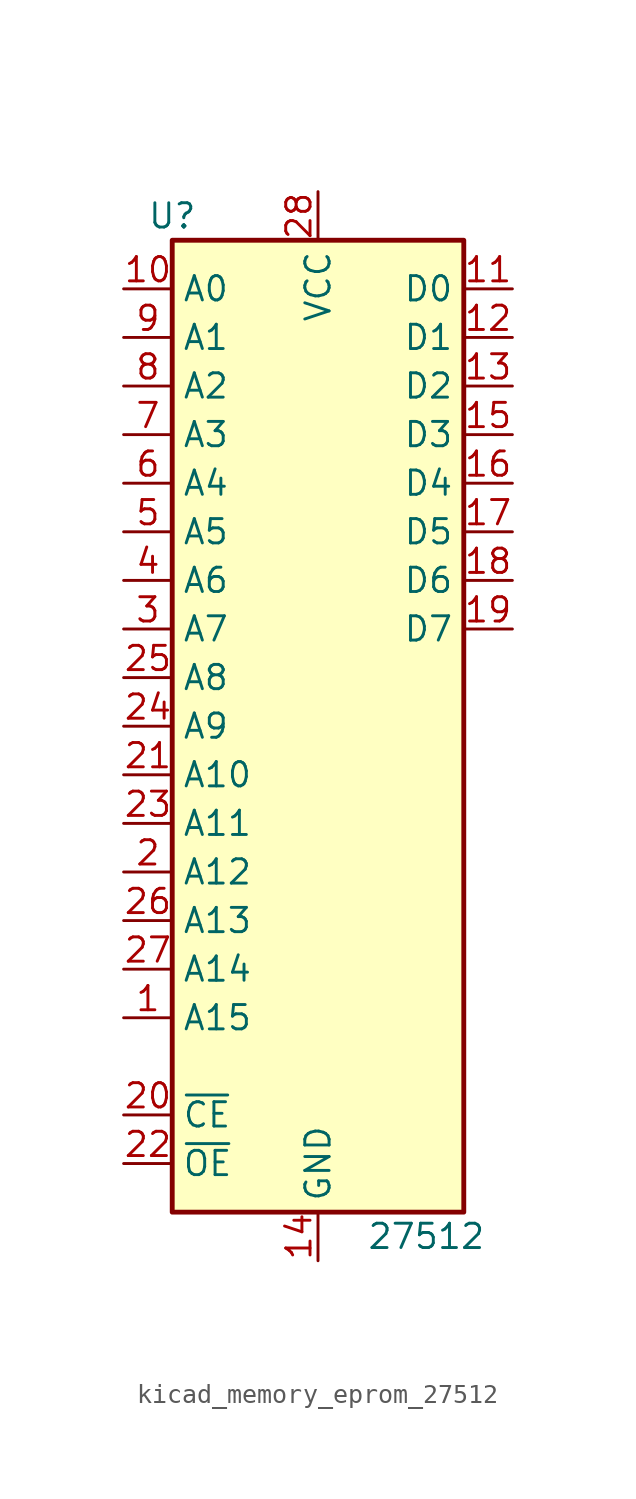
<source format=kicad_sym>
(kicad_symbol_lib
  (version 20220914)
  (generator kicad_symbol_editor)
  (symbol "kicad_memory_eprom_27512"
    (property "Reference" "U"
      (at -7.62 26.67 0)
      (effects (font (size 1.27 1.27))))
    (property "Value" "27512"
      (at 2.54 -26.67 0)
      (effects (font (size 1.27 1.27)) (justify left)))
    (symbol "kicad_memory_eprom_27512_1_1"
      (rectangle (start -7.62 25.4) (end 7.62 -25.4) (stroke (width 0.254) (type default)) (fill (type background)))
      (pin input line (at -10.16 -15.24 0) (length 2.54) (name "A15" (effects (font (size 1.27 1.27)))) (number "1" (effects (font (size 1.27 1.27)))))
      (pin input line (at -10.16 22.86 0) (length 2.54) (name "A0" (effects (font (size 1.27 1.27)))) (number "10" (effects (font (size 1.27 1.27)))))
      (pin tri_state line (at 10.16 22.86 180) (length 2.54) (name "D0" (effects (font (size 1.27 1.27)))) (number "11" (effects (font (size 1.27 1.27)))))
      (pin tri_state line (at 10.16 20.32 180) (length 2.54) (name "D1" (effects (font (size 1.27 1.27)))) (number "12" (effects (font (size 1.27 1.27)))))
      (pin tri_state line (at 10.16 17.78 180) (length 2.54) (name "D2" (effects (font (size 1.27 1.27)))) (number "13" (effects (font (size 1.27 1.27)))))
      (pin power_in line (at 0 -27.94 90) (length 2.54) (name "GND" (effects (font (size 1.27 1.27)))) (number "14" (effects (font (size 1.27 1.27)))))
      (pin tri_state line (at 10.16 15.24 180) (length 2.54) (name "D3" (effects (font (size 1.27 1.27)))) (number "15" (effects (font (size 1.27 1.27)))))
      (pin tri_state line (at 10.16 12.7 180) (length 2.54) (name "D4" (effects (font (size 1.27 1.27)))) (number "16" (effects (font (size 1.27 1.27)))))
      (pin tri_state line (at 10.16 10.16 180) (length 2.54) (name "D5" (effects (font (size 1.27 1.27)))) (number "17" (effects (font (size 1.27 1.27)))))
      (pin tri_state line (at 10.16 7.62 180) (length 2.54) (name "D6" (effects (font (size 1.27 1.27)))) (number "18" (effects (font (size 1.27 1.27)))))
      (pin tri_state line (at 10.16 5.08 180) (length 2.54) (name "D7" (effects (font (size 1.27 1.27)))) (number "19" (effects (font (size 1.27 1.27)))))
      (pin input line (at -10.16 -7.62 0) (length 2.54) (name "A12" (effects (font (size 1.27 1.27)))) (number "2" (effects (font (size 1.27 1.27)))))
      (pin input line (at -10.16 -20.32 0) (length 2.54) (name "~{CE}" (effects (font (size 1.27 1.27)))) (number "20" (effects (font (size 1.27 1.27)))))
      (pin input line (at -10.16 -2.54 0) (length 2.54) (name "A10" (effects (font (size 1.27 1.27)))) (number "21" (effects (font (size 1.27 1.27)))))
      (pin input line (at -10.16 -22.86 0) (length 2.54) (name "~{OE}" (effects (font (size 1.27 1.27)))) (number "22" (effects (font (size 1.27 1.27)))))
      (pin input line (at -10.16 -5.08 0) (length 2.54) (name "A11" (effects (font (size 1.27 1.27)))) (number "23" (effects (font (size 1.27 1.27)))))
      (pin input line (at -10.16 0 0) (length 2.54) (name "A9" (effects (font (size 1.27 1.27)))) (number "24" (effects (font (size 1.27 1.27)))))
      (pin input line (at -10.16 2.54 0) (length 2.54) (name "A8" (effects (font (size 1.27 1.27)))) (number "25" (effects (font (size 1.27 1.27)))))
      (pin input line (at -10.16 -10.16 0) (length 2.54) (name "A13" (effects (font (size 1.27 1.27)))) (number "26" (effects (font (size 1.27 1.27)))))
      (pin input line (at -10.16 -12.7 0) (length 2.54) (name "A14" (effects (font (size 1.27 1.27)))) (number "27" (effects (font (size 1.27 1.27)))))
      (pin power_in line (at 0 27.94 270) (length 2.54) (name "VCC" (effects (font (size 1.27 1.27)))) (number "28" (effects (font (size 1.27 1.27)))))
      (pin input line (at -10.16 5.08 0) (length 2.54) (name "A7" (effects (font (size 1.27 1.27)))) (number "3" (effects (font (size 1.27 1.27)))))
      (pin input line (at -10.16 7.62 0) (length 2.54) (name "A6" (effects (font (size 1.27 1.27)))) (number "4" (effects (font (size 1.27 1.27)))))
      (pin input line (at -10.16 10.16 0) (length 2.54) (name "A5" (effects (font (size 1.27 1.27)))) (number "5" (effects (font (size 1.27 1.27)))))
      (pin input line (at -10.16 12.7 0) (length 2.54) (name "A4" (effects (font (size 1.27 1.27)))) (number "6" (effects (font (size 1.27 1.27)))))
      (pin input line (at -10.16 15.24 0) (length 2.54) (name "A3" (effects (font (size 1.27 1.27)))) (number "7" (effects (font (size 1.27 1.27)))))
      (pin input line (at -10.16 17.78 0) (length 2.54) (name "A2" (effects (font (size 1.27 1.27)))) (number "8" (effects (font (size 1.27 1.27)))))
      (pin input line (at -10.16 20.32 0) (length 2.54) (name "A1" (effects (font (size 1.27 1.27)))) (number "9" (effects (font (size 1.27 1.27))))))))
</source>
